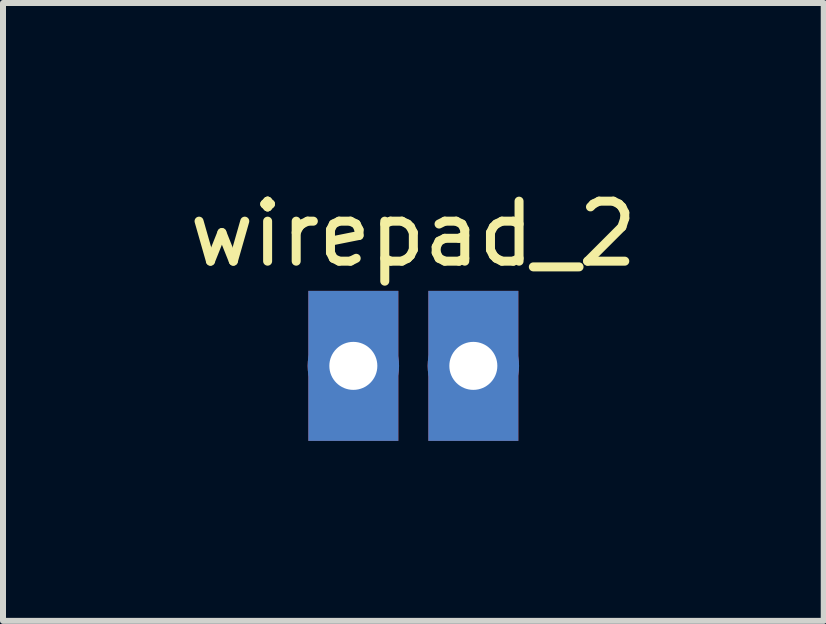
<source format=kicad_pcb>
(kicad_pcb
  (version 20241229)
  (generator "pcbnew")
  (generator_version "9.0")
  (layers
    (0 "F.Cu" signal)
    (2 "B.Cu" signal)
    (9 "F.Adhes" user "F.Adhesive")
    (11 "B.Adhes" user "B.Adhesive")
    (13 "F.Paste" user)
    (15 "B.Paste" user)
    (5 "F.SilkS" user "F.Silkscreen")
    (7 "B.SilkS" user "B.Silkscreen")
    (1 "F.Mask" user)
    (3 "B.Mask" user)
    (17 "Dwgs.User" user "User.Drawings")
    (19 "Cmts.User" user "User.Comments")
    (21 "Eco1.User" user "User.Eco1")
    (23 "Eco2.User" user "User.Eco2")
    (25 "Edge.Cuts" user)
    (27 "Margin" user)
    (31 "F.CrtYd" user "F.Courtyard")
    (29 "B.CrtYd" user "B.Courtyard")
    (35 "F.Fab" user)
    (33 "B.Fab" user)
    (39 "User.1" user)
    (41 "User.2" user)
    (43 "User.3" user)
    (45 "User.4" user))
  (footprint "wirepad_2"
    (layer "F.Cu")
    (at 3.839 3.048)
    (property "Reference" "wirepad_2" (at 0 -2.2 0) (unlocked yes) (layer "F.SilkS") (effects (font (size 1 1) (thickness 0.15))))
    (attr through_hole)
    (pad "1" smd rect (at -1 0) (size 1.5 2.5) (layers "F.Cu" "F.Mask"))
    (pad "1" smd rect (at -1 0) (size 1.5 2.5) (layers "B.Cu" "B.Mask"))
    (pad "1" thru_hole circle (at -1 0) (size 1.524 1.524) (drill 0.8) (layers "*.Cu" "*.Mask"))
    (pad "2" smd rect (at 1 0) (size 1.5 2.5) (layers "F.Cu" "F.Mask"))
    (pad "2" smd rect (at 1 0) (size 1.5 2.5) (layers "B.Cu" "B.Mask"))
    (pad "2" thru_hole circle (at 1 0) (size 1.524 1.524) (drill 0.8) (layers "*.Cu" "*.Mask")))
  (gr_rect
    (start -3 -3)
    (end 10.679 7.298)
    (stroke (width 0.1) (type default))
    (fill no)
    (layer "Edge.Cuts")))
</source>
